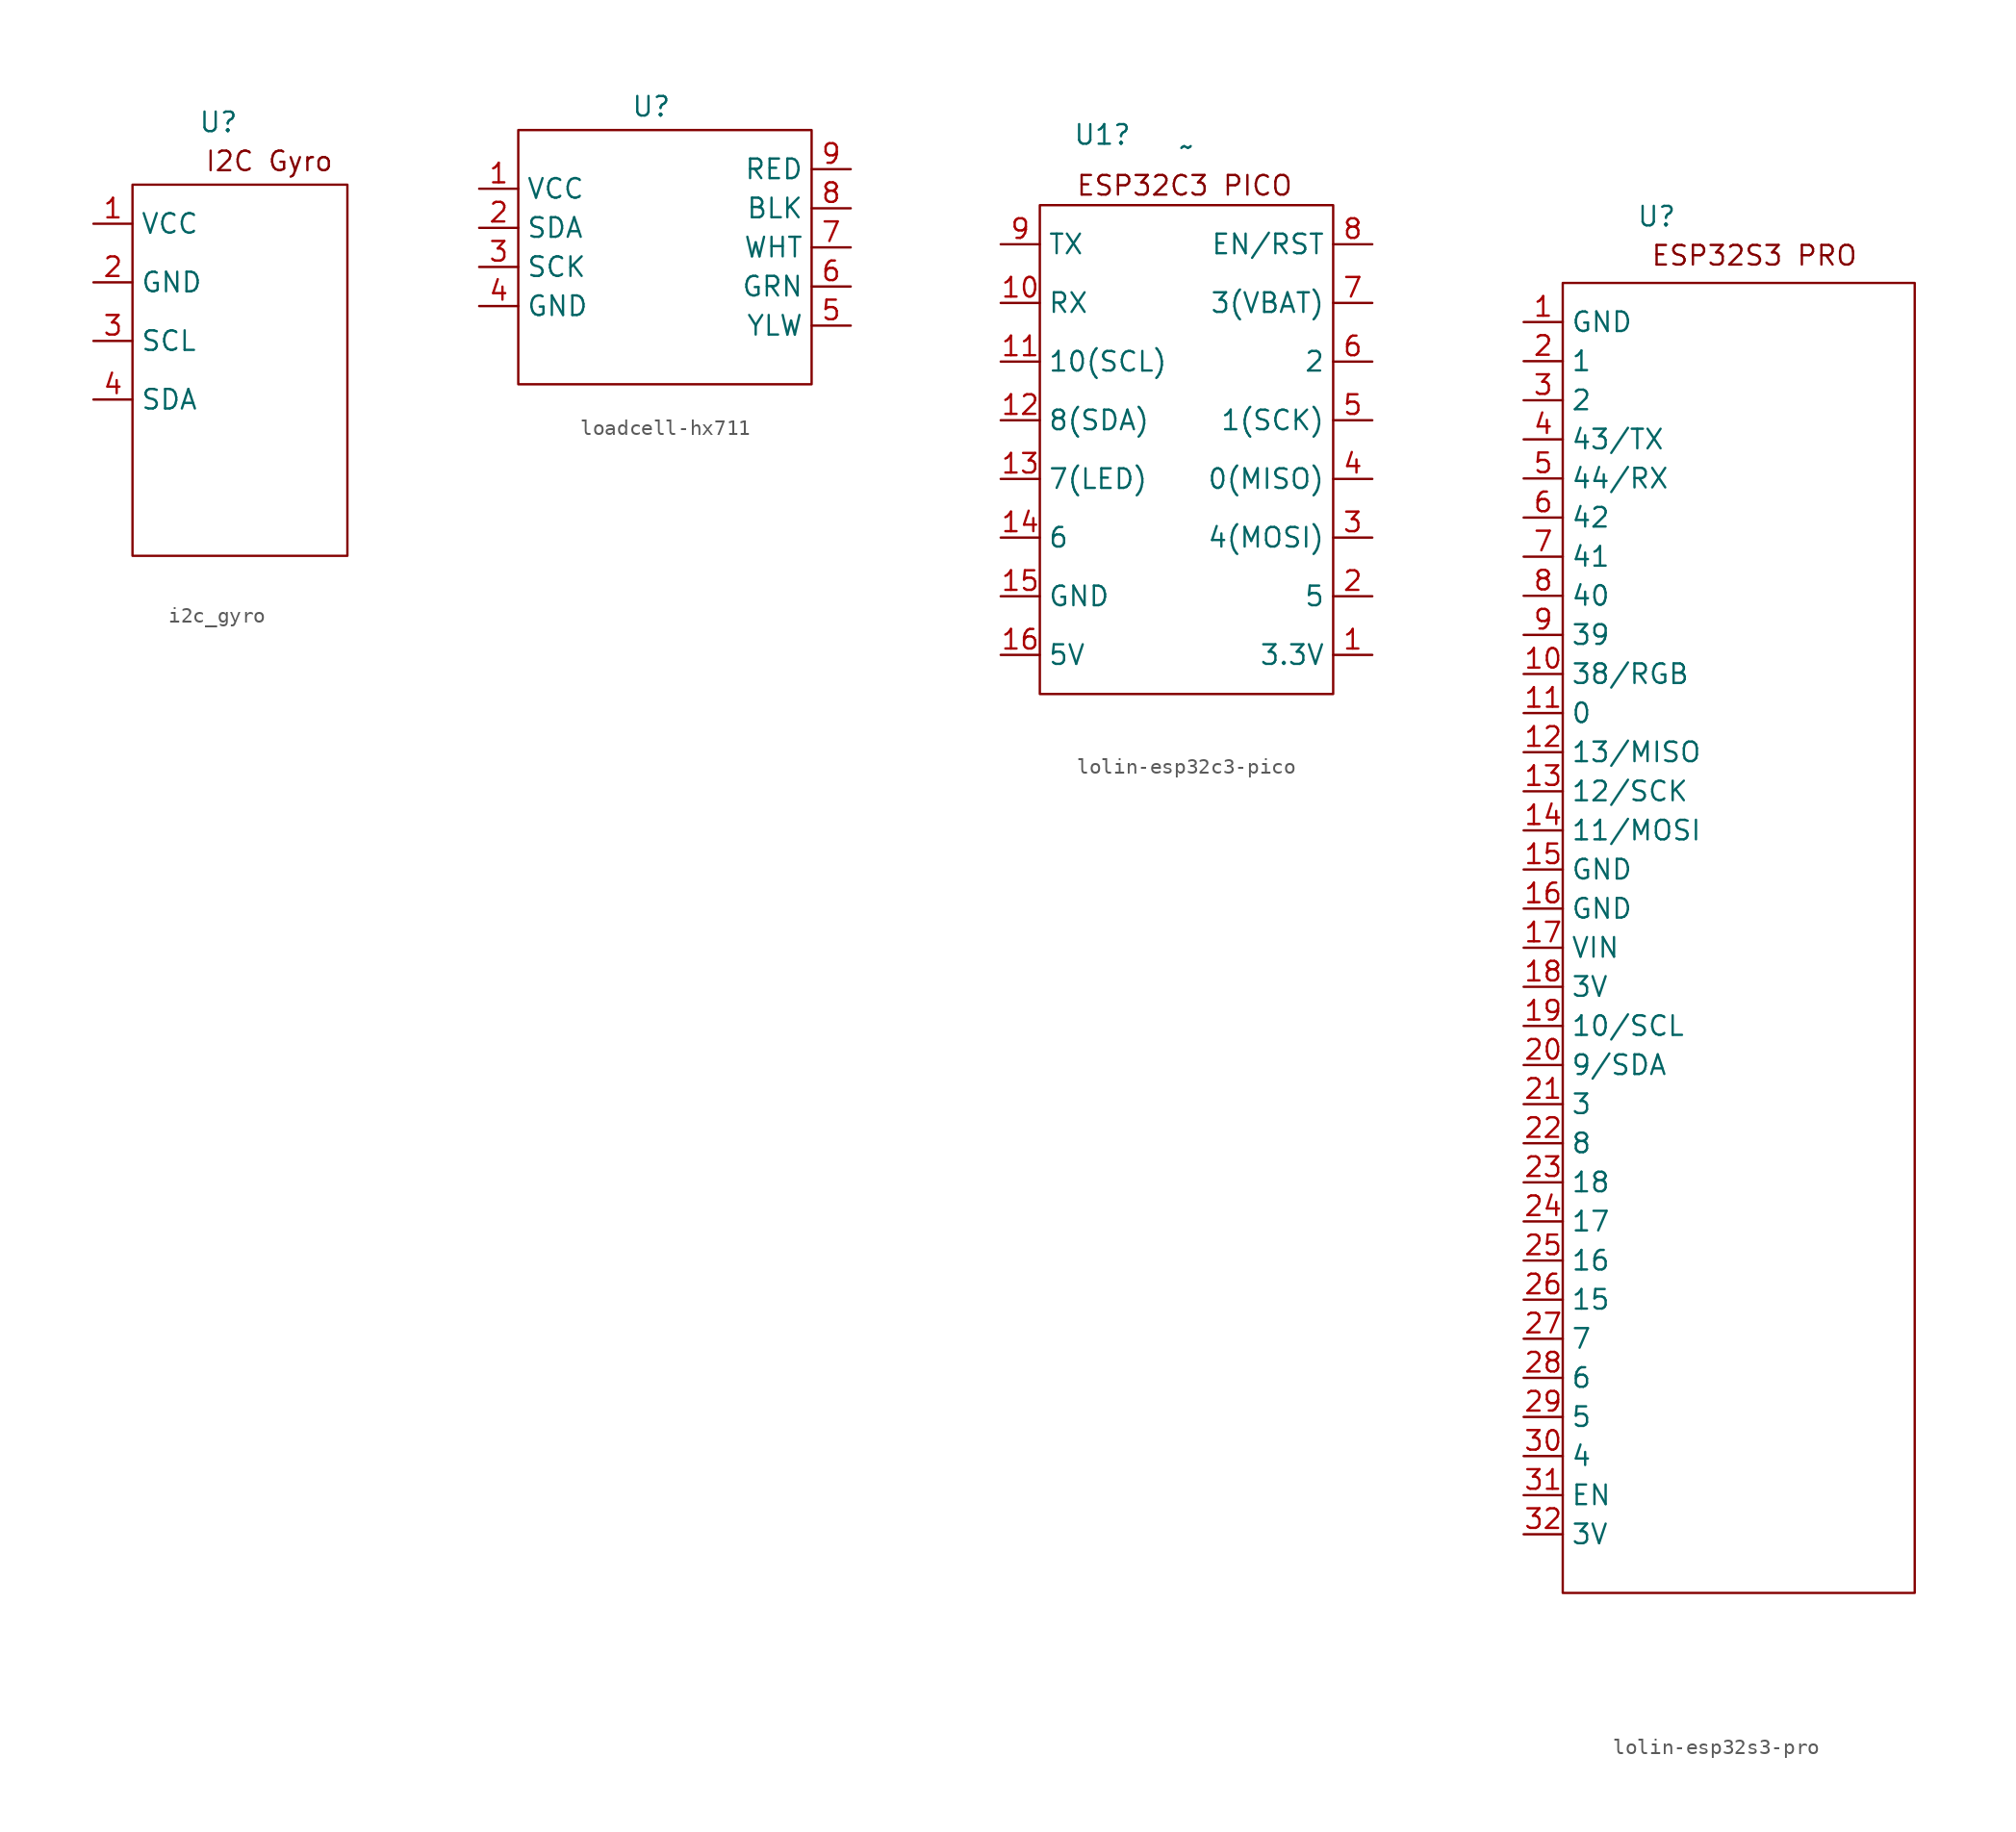
<source format=kicad_sym>
(kicad_symbol_lib
  (version 20241209)
  (generator "kicad_symbol_editor")
  (generator_version "9.0")
  (symbol "i2c_gyro"
    (property "Reference" "U"
      (at 5.588 20.574 0)
      (effects (font (size 1.27 1.27))))
    (property "Value" ""
      (at 0 0 0)
      (effects (font (size 1.27 1.27))))
    (symbol "i2c_gyro_0_1"
      (rectangle (start 0 16.51) (end 13.97 -7.62) (stroke (width 0) (type default)) (fill (type none))))
    (symbol "i2c_gyro_1_1"
      (text "I2C Gyro" (at 8.89 18.034 0) (effects (font (size 1.27 1.27))))
      (pin power_in line (at -2.54 13.97 0) (length 2.54) (name "VCC" (effects (font (size 1.27 1.27)))) (number "1" (effects (font (size 1.27 1.27)))))
      (pin power_in line (at -2.54 10.16 0) (length 2.54) (name "GND" (effects (font (size 1.27 1.27)))) (number "2" (effects (font (size 1.27 1.27)))))
      (pin bidirectional line (at -2.54 6.35 0) (length 2.54) (name "SCL" (effects (font (size 1.27 1.27)))) (number "3" (effects (font (size 1.27 1.27)))))
      (pin bidirectional line (at -2.54 2.54 0) (length 2.54) (name "SDA" (effects (font (size 1.27 1.27)))) (number "4" (effects (font (size 1.27 1.27)))))))
  (symbol "loadcell-hx711"
    (property "Reference" "U"
      (at 4.826 10.414 0)
      (effects (font (size 1.27 1.27))))
    (property "Value" ""
      (at 0 0 0)
      (effects (font (size 1.27 1.27))))
    (symbol "loadcell-hx711_1_1"
      (text_box "" (at -3.81 8.89 0) (size 19.05 -16.51) (margins 1.016 1.016 1.016 1.016) (stroke (width 0) (type solid)) (fill (type none)) (effects (font (size 1.27 1.27)) (justify left top)))
      (pin power_in line (at -6.35 5.08 0) (length 2.54) (name "VCC" (effects (font (size 1.27 1.27)))) (number "1" (effects (font (size 1.27 1.27)))))
      (pin bidirectional line (at -6.35 2.54 0) (length 2.54) (name "SDA" (effects (font (size 1.27 1.27)))) (number "2" (effects (font (size 1.27 1.27)))))
      (pin bidirectional line (at -6.35 0 0) (length 2.54) (name "SCK" (effects (font (size 1.27 1.27)))) (number "3" (effects (font (size 1.27 1.27)))))
      (pin power_in line (at -6.35 -2.54 0) (length 2.54) (name "GND" (effects (font (size 1.27 1.27)))) (number "4" (effects (font (size 1.27 1.27)))))
      (pin bidirectional line (at 17.78 6.35 180) (length 2.54) (name "RED" (effects (font (size 1.27 1.27)))) (number "9" (effects (font (size 1.27 1.27)))))
      (pin bidirectional line (at 17.78 3.81 180) (length 2.54) (name "BLK" (effects (font (size 1.27 1.27)))) (number "8" (effects (font (size 1.27 1.27)))))
      (pin bidirectional line (at 17.78 1.27 180) (length 2.54) (name "WHT" (effects (font (size 1.27 1.27)))) (number "7" (effects (font (size 1.27 1.27)))))
      (pin bidirectional line (at 17.78 -1.27 180) (length 2.54) (name "GRN" (effects (font (size 1.27 1.27)))) (number "6" (effects (font (size 1.27 1.27)))))
      (pin bidirectional line (at 17.78 -3.81 180) (length 2.54) (name "YLW" (effects (font (size 1.27 1.27)))) (number "5" (effects (font (size 1.27 1.27)))))))
  (symbol "lolin-esp32c3-pico"
    (property "Reference" "U1"
      (at 0.254 21.082 0)
      (effects (font (size 1.27 1.27))))
    (property "Value" "~"
      (at 5.715 20.32 0)
      (effects (font (size 1.27 1.27))))
    (symbol "lolin-esp32c3-pico_0_1"
      (rectangle (start -3.81 16.51) (end 15.24 -15.24) (stroke (width 0) (type default)) (fill (type none))))
    (symbol "lolin-esp32c3-pico_1_1"
      (text "ESP32C3 PICO" (at 5.588 17.78 0) (effects (font (size 1.27 1.27))))
      (pin bidirectional line (at -6.35 13.97 0) (length 2.54) (name "TX" (effects (font (size 1.27 1.27)))) (number "9" (effects (font (size 1.27 1.27)))))
      (pin bidirectional line (at -6.35 10.16 0) (length 2.54) (name "RX" (effects (font (size 1.27 1.27)))) (number "10" (effects (font (size 1.27 1.27)))))
      (pin bidirectional line (at -6.35 6.35 0) (length 2.54) (name "10(SCL)" (effects (font (size 1.27 1.27)))) (number "11" (effects (font (size 1.27 1.27)))))
      (pin bidirectional line (at -6.35 2.54 0) (length 2.54) (name "8(SDA)" (effects (font (size 1.27 1.27)))) (number "12" (effects (font (size 1.27 1.27)))))
      (pin bidirectional line (at -6.35 -1.27 0) (length 2.54) (name "7(LED)" (effects (font (size 1.27 1.27)))) (number "13" (effects (font (size 1.27 1.27)))))
      (pin bidirectional line (at -6.35 -5.08 0) (length 2.54) (name "6" (effects (font (size 1.27 1.27)))) (number "14" (effects (font (size 1.27 1.27)))))
      (pin power_in line (at -6.35 -8.89 0) (length 2.54) (name "GND" (effects (font (size 1.27 1.27)))) (number "15" (effects (font (size 1.27 1.27)))))
      (pin power_in line (at -6.35 -12.7 0) (length 2.54) (name "5V" (effects (font (size 1.27 1.27)))) (number "16" (effects (font (size 1.27 1.27)))))
      (pin bidirectional line (at 17.78 13.97 180) (length 2.54) (name "EN/RST" (effects (font (size 1.27 1.27)))) (number "8" (effects (font (size 1.27 1.27)))))
      (pin bidirectional line (at 17.78 10.16 180) (length 2.54) (name "3(VBAT)" (effects (font (size 1.27 1.27)))) (number "7" (effects (font (size 1.27 1.27)))))
      (pin bidirectional line (at 17.78 6.35 180) (length 2.54) (name "2" (effects (font (size 1.27 1.27)))) (number "6" (effects (font (size 1.27 1.27)))))
      (pin bidirectional line (at 17.78 2.54 180) (length 2.54) (name "1(SCK)" (effects (font (size 1.27 1.27)))) (number "5" (effects (font (size 1.27 1.27)))))
      (pin bidirectional line (at 17.78 -1.27 180) (length 2.54) (name "0(MISO)" (effects (font (size 1.27 1.27)))) (number "4" (effects (font (size 1.27 1.27)))))
      (pin bidirectional line (at 17.78 -5.08 180) (length 2.54) (name "4(MOSI)" (effects (font (size 1.27 1.27)))) (number "3" (effects (font (size 1.27 1.27)))))
      (pin bidirectional line (at 17.78 -8.89 180) (length 2.54) (name "5" (effects (font (size 1.27 1.27)))) (number "2" (effects (font (size 1.27 1.27)))))
      (pin power_out line (at 17.78 -12.7 180) (length 2.54) (name "3.3V" (effects (font (size 1.27 1.27)))) (number "1" (effects (font (size 1.27 1.27)))))))
  (symbol "lolin-esp32s3-pro"
    (property "Reference" "U"
      (at 1.016 10.668 0)
      (effects (font (size 1.27 1.27))))
    (property "Value" ""
      (at 0 0 0)
      (effects (font (size 1.27 1.27))))
    (symbol "lolin-esp32s3-pro_0_1"
      (rectangle (start -5.08 6.35) (end 17.78 -78.74) (stroke (width 0) (type default)) (fill (type none))))
    (symbol "lolin-esp32s3-pro_1_1"
      (text "ESP32S3 PRO" (at 7.366 8.128 0) (effects (font (size 1.27 1.27))))
      (pin power_in line (at -7.62 3.81 0) (length 2.54) (name "GND" (effects (font (size 1.27 1.27)))) (number "1" (effects (font (size 1.27 1.27)))))
      (pin bidirectional line (at -7.62 1.27 0) (length 2.54) (name "1" (effects (font (size 1.27 1.27)))) (number "2" (effects (font (size 1.27 1.27)))))
      (pin bidirectional line (at -7.62 -1.27 0) (length 2.54) (name "2" (effects (font (size 1.27 1.27)))) (number "3" (effects (font (size 1.27 1.27)))))
      (pin bidirectional line (at -7.62 -3.81 0) (length 2.54) (name "43/TX" (effects (font (size 1.27 1.27)))) (number "4" (effects (font (size 1.27 1.27)))))
      (pin bidirectional line (at -7.62 -6.35 0) (length 2.54) (name "44/RX" (effects (font (size 1.27 1.27)))) (number "5" (effects (font (size 1.27 1.27)))))
      (pin bidirectional line (at -7.62 -8.89 0) (length 2.54) (name "42" (effects (font (size 1.27 1.27)))) (number "6" (effects (font (size 1.27 1.27)))))
      (pin bidirectional line (at -7.62 -11.43 0) (length 2.54) (name "41" (effects (font (size 1.27 1.27)))) (number "7" (effects (font (size 1.27 1.27)))))
      (pin bidirectional line (at -7.62 -13.97 0) (length 2.54) (name "40" (effects (font (size 1.27 1.27)))) (number "8" (effects (font (size 1.27 1.27)))))
      (pin bidirectional line (at -7.62 -16.51 0) (length 2.54) (name "39" (effects (font (size 1.27 1.27)))) (number "9" (effects (font (size 1.27 1.27)))))
      (pin bidirectional line (at -7.62 -19.05 0) (length 2.54) (name "38/RGB" (effects (font (size 1.27 1.27)))) (number "10" (effects (font (size 1.27 1.27)))))
      (pin bidirectional line (at -7.62 -21.59 0) (length 2.54) (name "0" (effects (font (size 1.27 1.27)))) (number "11" (effects (font (size 1.27 1.27)))))
      (pin bidirectional line (at -7.62 -24.13 0) (length 2.54) (name "13/MISO" (effects (font (size 1.27 1.27)))) (number "12" (effects (font (size 1.27 1.27)))))
      (pin bidirectional line (at -7.62 -26.67 0) (length 2.54) (name "12/SCK" (effects (font (size 1.27 1.27)))) (number "13" (effects (font (size 1.27 1.27)))))
      (pin bidirectional line (at -7.62 -29.21 0) (length 2.54) (name "11/MOSI" (effects (font (size 1.27 1.27)))) (number "14" (effects (font (size 1.27 1.27)))))
      (pin power_in line (at -7.62 -31.75 0) (length 2.54) (name "GND" (effects (font (size 1.27 1.27)))) (number "15" (effects (font (size 1.27 1.27)))))
      (pin power_in line (at -7.62 -34.29 0) (length 2.54) (name "GND" (effects (font (size 1.27 1.27)))) (number "16" (effects (font (size 1.27 1.27)))))
      (pin power_in line (at -7.62 -36.83 0) (length 2.54) (name "VIN" (effects (font (size 1.27 1.27)))) (number "17" (effects (font (size 1.27 1.27)))))
      (pin power_in line (at -7.62 -39.37 0) (length 2.54) (name "3V" (effects (font (size 1.27 1.27)))) (number "18" (effects (font (size 1.27 1.27)))))
      (pin bidirectional line (at -7.62 -41.91 0) (length 2.54) (name "10/SCL" (effects (font (size 1.27 1.27)))) (number "19" (effects (font (size 1.27 1.27)))))
      (pin bidirectional line (at -7.62 -44.45 0) (length 2.54) (name "9/SDA" (effects (font (size 1.27 1.27)))) (number "20" (effects (font (size 1.27 1.27)))))
      (pin bidirectional line (at -7.62 -46.99 0) (length 2.54) (name "3" (effects (font (size 1.27 1.27)))) (number "21" (effects (font (size 1.27 1.27)))))
      (pin bidirectional line (at -7.62 -49.53 0) (length 2.54) (name "8" (effects (font (size 1.27 1.27)))) (number "22" (effects (font (size 1.27 1.27)))))
      (pin bidirectional line (at -7.62 -52.07 0) (length 2.54) (name "18" (effects (font (size 1.27 1.27)))) (number "23" (effects (font (size 1.27 1.27)))))
      (pin bidirectional line (at -7.62 -54.61 0) (length 2.54) (name "17" (effects (font (size 1.27 1.27)))) (number "24" (effects (font (size 1.27 1.27)))))
      (pin bidirectional line (at -7.62 -57.15 0) (length 2.54) (name "16" (effects (font (size 1.27 1.27)))) (number "25" (effects (font (size 1.27 1.27)))))
      (pin bidirectional line (at -7.62 -59.69 0) (length 2.54) (name "15" (effects (font (size 1.27 1.27)))) (number "26" (effects (font (size 1.27 1.27)))))
      (pin bidirectional line (at -7.62 -62.23 0) (length 2.54) (name "7" (effects (font (size 1.27 1.27)))) (number "27" (effects (font (size 1.27 1.27)))))
      (pin bidirectional line (at -7.62 -64.77 0) (length 2.54) (name "6" (effects (font (size 1.27 1.27)))) (number "28" (effects (font (size 1.27 1.27)))))
      (pin bidirectional line (at -7.62 -67.31 0) (length 2.54) (name "5" (effects (font (size 1.27 1.27)))) (number "29" (effects (font (size 1.27 1.27)))))
      (pin bidirectional line (at -7.62 -69.85 0) (length 2.54) (name "4" (effects (font (size 1.27 1.27)))) (number "30" (effects (font (size 1.27 1.27)))))
      (pin power_in line (at -7.62 -72.39 0) (length 2.54) (name "EN" (effects (font (size 1.27 1.27)))) (number "31" (effects (font (size 1.27 1.27)))))
      (pin power_in line (at -7.62 -74.93 0) (length 2.54) (name "3V" (effects (font (size 1.27 1.27)))) (number "32" (effects (font (size 1.27 1.27))))))))
</source>
